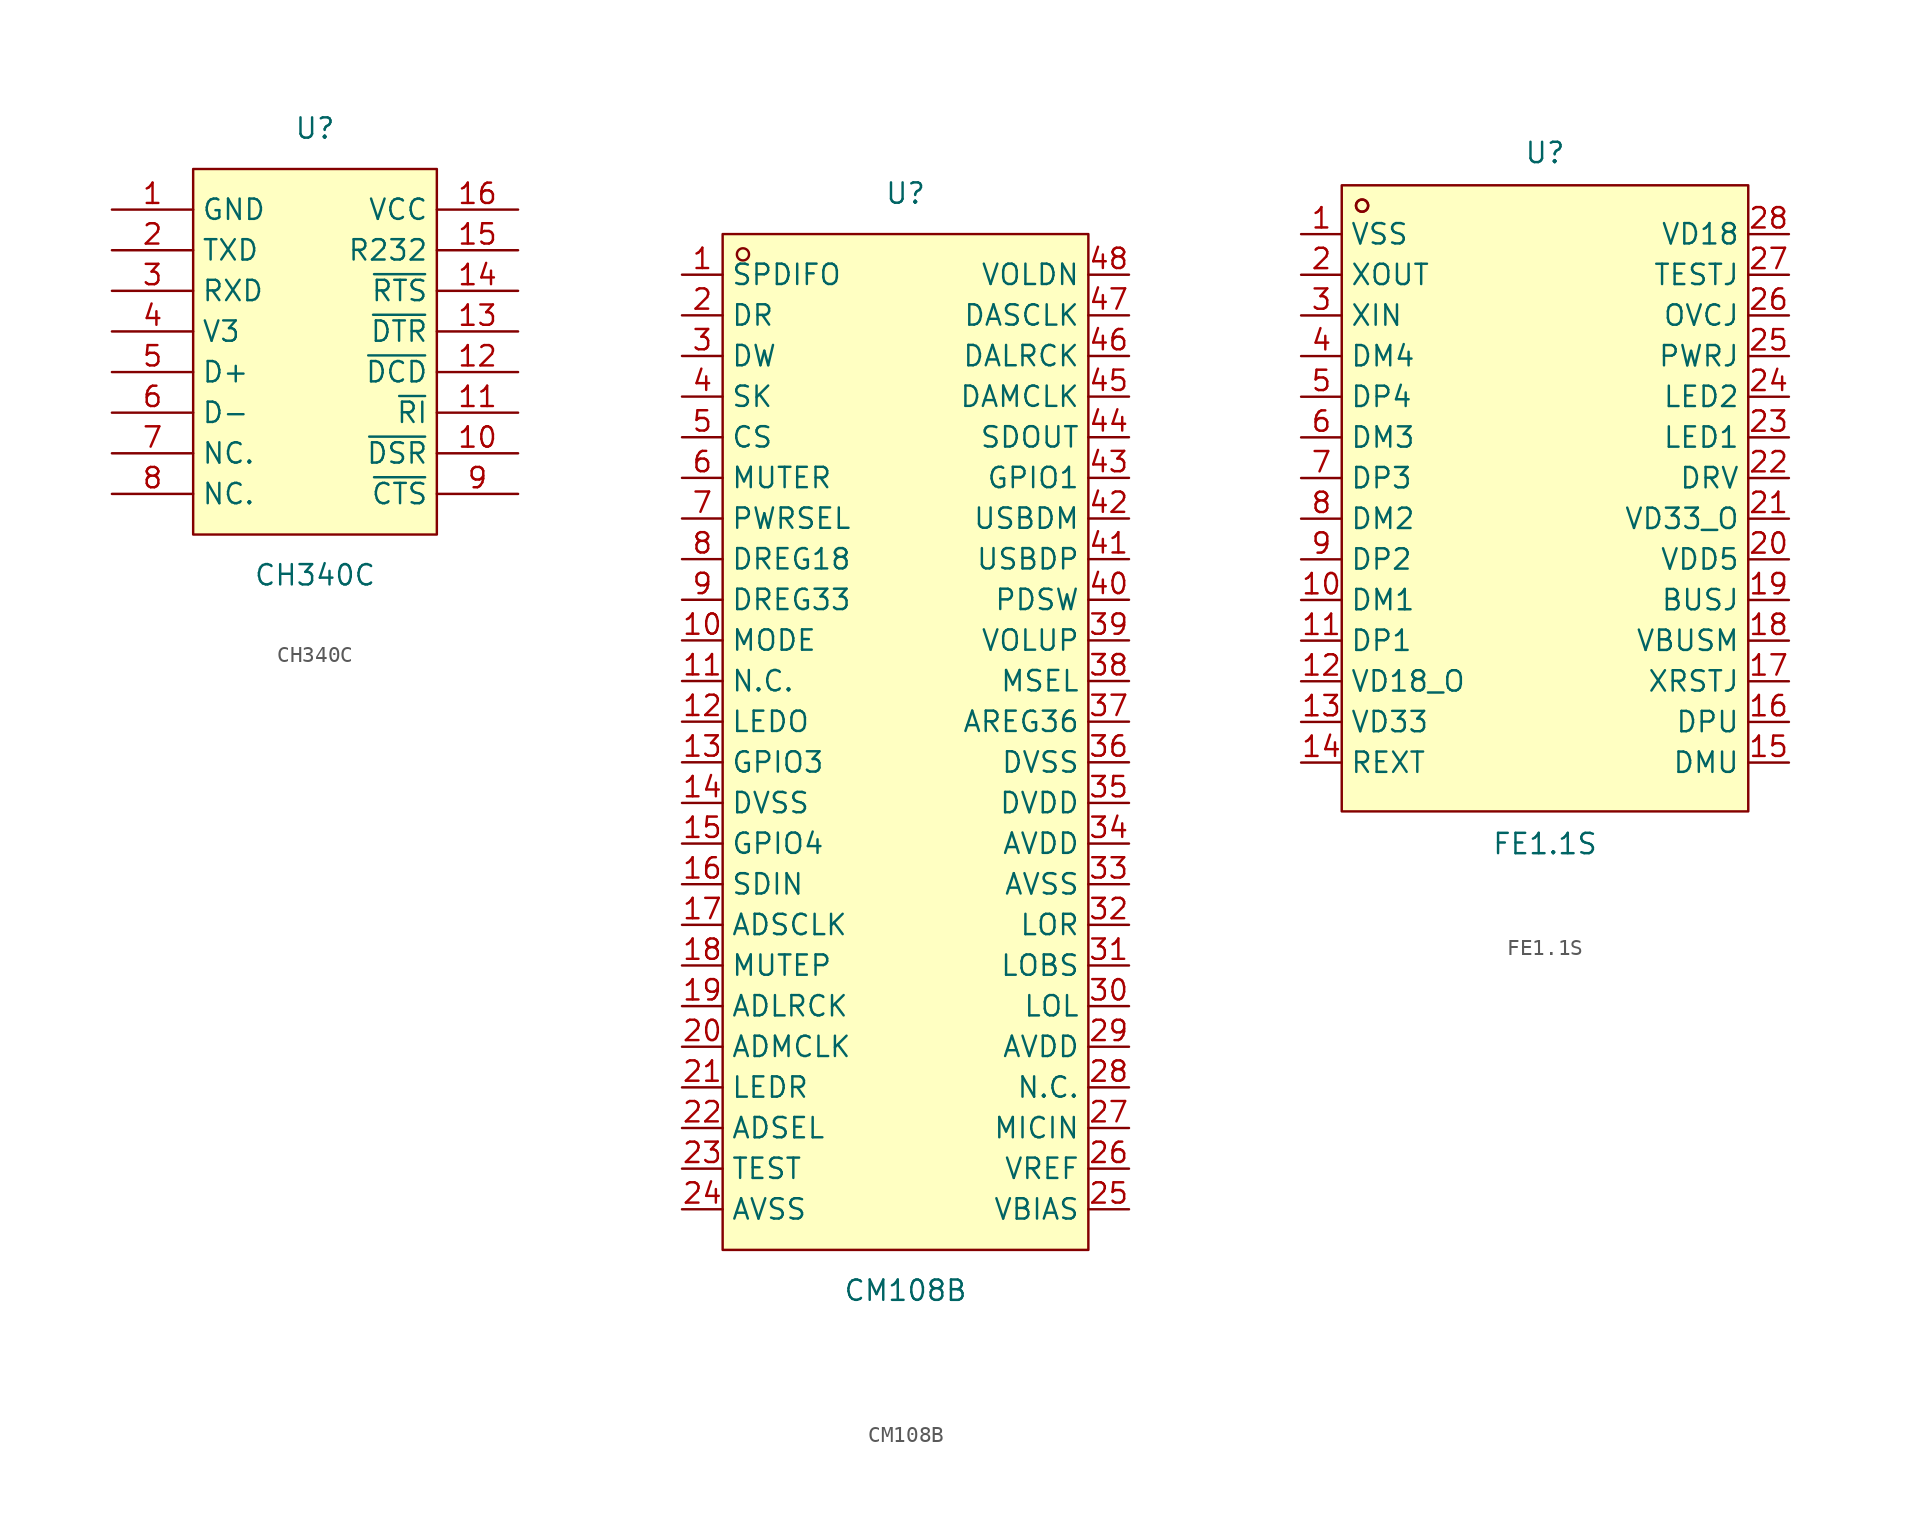
<source format=kicad_sym>
(kicad_symbol_lib
  (version 20211014)
  (generator https://github.com/uPesy/easyeda2kicad.py)
  (symbol "CH340C"
    (property "Reference" "U"
      (at 0 13.97 0)
      (effects (font (size 1.27 1.27))))
    (property "Value" "CH340C"
      (at 0 -13.97 0)
      (effects (font (size 1.27 1.27))))
    (symbol "CH340C_0_1"
      (rectangle (start -7.62 11.43) (end 7.62 -11.43) (stroke (width 0) (type default) (color 0 0 0 0)) (fill (type background)))
      (pin unspecified line (at 12.70 8.89 180) (length 5.08) (name "VCC" (effects (font (size 1.27 1.27)))) (number "16" (effects (font (size 1.27 1.27)))))
      (pin unspecified line (at 12.70 6.35 180) (length 5.08) (name "R232" (effects (font (size 1.27 1.27)))) (number "15" (effects (font (size 1.27 1.27)))))
      (pin unspecified line (at 12.70 3.81 180) (length 5.08) (name "~{RTS}" (effects (font (size 1.27 1.27)))) (number "14" (effects (font (size 1.27 1.27)))))
      (pin unspecified line (at 12.70 1.27 180) (length 5.08) (name "~{DTR}" (effects (font (size 1.27 1.27)))) (number "13" (effects (font (size 1.27 1.27)))))
      (pin unspecified line (at 12.70 -1.27 180) (length 5.08) (name "~{DCD}" (effects (font (size 1.27 1.27)))) (number "12" (effects (font (size 1.27 1.27)))))
      (pin unspecified line (at 12.70 -3.81 180) (length 5.08) (name "~{RI}" (effects (font (size 1.27 1.27)))) (number "11" (effects (font (size 1.27 1.27)))))
      (pin unspecified line (at 12.70 -6.35 180) (length 5.08) (name "~{DSR}" (effects (font (size 1.27 1.27)))) (number "10" (effects (font (size 1.27 1.27)))))
      (pin unspecified line (at 12.70 -8.89 180) (length 5.08) (name "~{CTS}" (effects (font (size 1.27 1.27)))) (number "9" (effects (font (size 1.27 1.27)))))
      (pin unspecified line (at -12.70 -8.89 0) (length 5.08) (name "NC." (effects (font (size 1.27 1.27)))) (number "8" (effects (font (size 1.27 1.27)))))
      (pin unspecified line (at -12.70 -6.35 0) (length 5.08) (name "NC." (effects (font (size 1.27 1.27)))) (number "7" (effects (font (size 1.27 1.27)))))
      (pin unspecified line (at -12.70 -3.81 0) (length 5.08) (name "D-" (effects (font (size 1.27 1.27)))) (number "6" (effects (font (size 1.27 1.27)))))
      (pin unspecified line (at -12.70 -1.27 0) (length 5.08) (name "D+" (effects (font (size 1.27 1.27)))) (number "5" (effects (font (size 1.27 1.27)))))
      (pin unspecified line (at -12.70 1.27 0) (length 5.08) (name "V3" (effects (font (size 1.27 1.27)))) (number "4" (effects (font (size 1.27 1.27)))))
      (pin unspecified line (at -12.70 3.81 0) (length 5.08) (name "RXD" (effects (font (size 1.27 1.27)))) (number "3" (effects (font (size 1.27 1.27)))))
      (pin unspecified line (at -12.70 6.35 0) (length 5.08) (name "TXD" (effects (font (size 1.27 1.27)))) (number "2" (effects (font (size 1.27 1.27)))))
      (pin unspecified line (at -12.70 8.89 0) (length 5.08) (name "GND" (effects (font (size 1.27 1.27)))) (number "1" (effects (font (size 1.27 1.27)))))))
  (symbol "CM108B"
    (property "Reference" "U"
      (at 0 34.29 0)
      (effects (font (size 1.27 1.27))))
    (property "Value" "CM108B"
      (at 0 -34.29 0)
      (effects (font (size 1.27 1.27))))
    (symbol "CM108B_0_1"
      (rectangle (start -11.43 31.75) (end 11.43 -31.75) (stroke (width 0) (type default) (color 0 0 0 0)) (fill (type background)))
      (circle (center -10.16 30.48) (radius 0.38) (stroke (width 0) (type default) (color 0 0 0 0)) (fill (type none)))
      (pin unspecified line (at -13.97 29.21 0) (length 2.54) (name "SPDIFO" (effects (font (size 1.27 1.27)))) (number "1" (effects (font (size 1.27 1.27)))))
      (pin unspecified line (at -13.97 26.67 0) (length 2.54) (name "DR" (effects (font (size 1.27 1.27)))) (number "2" (effects (font (size 1.27 1.27)))))
      (pin unspecified line (at -13.97 24.13 0) (length 2.54) (name "DW" (effects (font (size 1.27 1.27)))) (number "3" (effects (font (size 1.27 1.27)))))
      (pin unspecified line (at -13.97 21.59 0) (length 2.54) (name "SK" (effects (font (size 1.27 1.27)))) (number "4" (effects (font (size 1.27 1.27)))))
      (pin unspecified line (at -13.97 19.05 0) (length 2.54) (name "CS" (effects (font (size 1.27 1.27)))) (number "5" (effects (font (size 1.27 1.27)))))
      (pin unspecified line (at -13.97 16.51 0) (length 2.54) (name "MUTER" (effects (font (size 1.27 1.27)))) (number "6" (effects (font (size 1.27 1.27)))))
      (pin unspecified line (at -13.97 13.97 0) (length 2.54) (name "PWRSEL" (effects (font (size 1.27 1.27)))) (number "7" (effects (font (size 1.27 1.27)))))
      (pin unspecified line (at -13.97 11.43 0) (length 2.54) (name "DREG18" (effects (font (size 1.27 1.27)))) (number "8" (effects (font (size 1.27 1.27)))))
      (pin unspecified line (at -13.97 8.89 0) (length 2.54) (name "DREG33" (effects (font (size 1.27 1.27)))) (number "9" (effects (font (size 1.27 1.27)))))
      (pin unspecified line (at -13.97 6.35 0) (length 2.54) (name "MODE" (effects (font (size 1.27 1.27)))) (number "10" (effects (font (size 1.27 1.27)))))
      (pin unspecified line (at -13.97 3.81 0) (length 2.54) (name "N.C." (effects (font (size 1.27 1.27)))) (number "11" (effects (font (size 1.27 1.27)))))
      (pin unspecified line (at -13.97 1.27 0) (length 2.54) (name "LEDO" (effects (font (size 1.27 1.27)))) (number "12" (effects (font (size 1.27 1.27)))))
      (pin unspecified line (at -13.97 -1.27 0) (length 2.54) (name "GPIO3" (effects (font (size 1.27 1.27)))) (number "13" (effects (font (size 1.27 1.27)))))
      (pin unspecified line (at -13.97 -3.81 0) (length 2.54) (name "DVSS" (effects (font (size 1.27 1.27)))) (number "14" (effects (font (size 1.27 1.27)))))
      (pin unspecified line (at -13.97 -6.35 0) (length 2.54) (name "GPIO4" (effects (font (size 1.27 1.27)))) (number "15" (effects (font (size 1.27 1.27)))))
      (pin unspecified line (at -13.97 -8.89 0) (length 2.54) (name "SDIN" (effects (font (size 1.27 1.27)))) (number "16" (effects (font (size 1.27 1.27)))))
      (pin unspecified line (at -13.97 -11.43 0) (length 2.54) (name "ADSCLK" (effects (font (size 1.27 1.27)))) (number "17" (effects (font (size 1.27 1.27)))))
      (pin unspecified line (at -13.97 -13.97 0) (length 2.54) (name "MUTEP" (effects (font (size 1.27 1.27)))) (number "18" (effects (font (size 1.27 1.27)))))
      (pin unspecified line (at -13.97 -16.51 0) (length 2.54) (name "ADLRCK" (effects (font (size 1.27 1.27)))) (number "19" (effects (font (size 1.27 1.27)))))
      (pin unspecified line (at -13.97 -19.05 0) (length 2.54) (name "ADMCLK" (effects (font (size 1.27 1.27)))) (number "20" (effects (font (size 1.27 1.27)))))
      (pin unspecified line (at -13.97 -21.59 0) (length 2.54) (name "LEDR" (effects (font (size 1.27 1.27)))) (number "21" (effects (font (size 1.27 1.27)))))
      (pin unspecified line (at -13.97 -24.13 0) (length 2.54) (name "ADSEL" (effects (font (size 1.27 1.27)))) (number "22" (effects (font (size 1.27 1.27)))))
      (pin unspecified line (at -13.97 -26.67 0) (length 2.54) (name "TEST" (effects (font (size 1.27 1.27)))) (number "23" (effects (font (size 1.27 1.27)))))
      (pin unspecified line (at -13.97 -29.21 0) (length 2.54) (name "AVSS" (effects (font (size 1.27 1.27)))) (number "24" (effects (font (size 1.27 1.27)))))
      (pin unspecified line (at 13.97 -29.21 180) (length 2.54) (name "VBIAS" (effects (font (size 1.27 1.27)))) (number "25" (effects (font (size 1.27 1.27)))))
      (pin unspecified line (at 13.97 -26.67 180) (length 2.54) (name "VREF" (effects (font (size 1.27 1.27)))) (number "26" (effects (font (size 1.27 1.27)))))
      (pin unspecified line (at 13.97 -24.13 180) (length 2.54) (name "MICIN" (effects (font (size 1.27 1.27)))) (number "27" (effects (font (size 1.27 1.27)))))
      (pin unspecified line (at 13.97 -21.59 180) (length 2.54) (name "N.C." (effects (font (size 1.27 1.27)))) (number "28" (effects (font (size 1.27 1.27)))))
      (pin unspecified line (at 13.97 -19.05 180) (length 2.54) (name "AVDD" (effects (font (size 1.27 1.27)))) (number "29" (effects (font (size 1.27 1.27)))))
      (pin unspecified line (at 13.97 -16.51 180) (length 2.54) (name "LOL" (effects (font (size 1.27 1.27)))) (number "30" (effects (font (size 1.27 1.27)))))
      (pin unspecified line (at 13.97 -13.97 180) (length 2.54) (name "LOBS" (effects (font (size 1.27 1.27)))) (number "31" (effects (font (size 1.27 1.27)))))
      (pin unspecified line (at 13.97 -11.43 180) (length 2.54) (name "LOR" (effects (font (size 1.27 1.27)))) (number "32" (effects (font (size 1.27 1.27)))))
      (pin unspecified line (at 13.97 -8.89 180) (length 2.54) (name "AVSS" (effects (font (size 1.27 1.27)))) (number "33" (effects (font (size 1.27 1.27)))))
      (pin unspecified line (at 13.97 -6.35 180) (length 2.54) (name "AVDD" (effects (font (size 1.27 1.27)))) (number "34" (effects (font (size 1.27 1.27)))))
      (pin unspecified line (at 13.97 -3.81 180) (length 2.54) (name "DVDD" (effects (font (size 1.27 1.27)))) (number "35" (effects (font (size 1.27 1.27)))))
      (pin unspecified line (at 13.97 -1.27 180) (length 2.54) (name "DVSS" (effects (font (size 1.27 1.27)))) (number "36" (effects (font (size 1.27 1.27)))))
      (pin unspecified line (at 13.97 1.27 180) (length 2.54) (name "AREG36" (effects (font (size 1.27 1.27)))) (number "37" (effects (font (size 1.27 1.27)))))
      (pin unspecified line (at 13.97 3.81 180) (length 2.54) (name "MSEL" (effects (font (size 1.27 1.27)))) (number "38" (effects (font (size 1.27 1.27)))))
      (pin unspecified line (at 13.97 6.35 180) (length 2.54) (name "VOLUP" (effects (font (size 1.27 1.27)))) (number "39" (effects (font (size 1.27 1.27)))))
      (pin unspecified line (at 13.97 8.89 180) (length 2.54) (name "PDSW" (effects (font (size 1.27 1.27)))) (number "40" (effects (font (size 1.27 1.27)))))
      (pin unspecified line (at 13.97 11.43 180) (length 2.54) (name "USBDP" (effects (font (size 1.27 1.27)))) (number "41" (effects (font (size 1.27 1.27)))))
      (pin unspecified line (at 13.97 13.97 180) (length 2.54) (name "USBDM" (effects (font (size 1.27 1.27)))) (number "42" (effects (font (size 1.27 1.27)))))
      (pin unspecified line (at 13.97 16.51 180) (length 2.54) (name "GPIO1" (effects (font (size 1.27 1.27)))) (number "43" (effects (font (size 1.27 1.27)))))
      (pin unspecified line (at 13.97 19.05 180) (length 2.54) (name "SDOUT" (effects (font (size 1.27 1.27)))) (number "44" (effects (font (size 1.27 1.27)))))
      (pin unspecified line (at 13.97 21.59 180) (length 2.54) (name "DAMCLK" (effects (font (size 1.27 1.27)))) (number "45" (effects (font (size 1.27 1.27)))))
      (pin unspecified line (at 13.97 24.13 180) (length 2.54) (name "DALRCK" (effects (font (size 1.27 1.27)))) (number "46" (effects (font (size 1.27 1.27)))))
      (pin unspecified line (at 13.97 26.67 180) (length 2.54) (name "DASCLK" (effects (font (size 1.27 1.27)))) (number "47" (effects (font (size 1.27 1.27)))))
      (pin unspecified line (at 13.97 29.21 180) (length 2.54) (name "VOLDN" (effects (font (size 1.27 1.27)))) (number "48" (effects (font (size 1.27 1.27)))))))
  (symbol "FE1.1S"
    (property "Reference" "U"
      (at 0 21.59 0)
      (effects (font (size 1.27 1.27))))
    (property "Value" "FE1.1S"
      (at 0 -21.59 0)
      (effects (font (size 1.27 1.27))))
    (symbol "FE1.1S_0_1"
      (rectangle (start -12.70 19.56) (end 12.70 -19.56) (stroke (width 0) (type default) (color 0 0 0 0)) (fill (type background)))
      (circle (center -11.43 18.29) (radius 0.38) (stroke (width 0) (type default) (color 0 0 0 0)) (fill (type none)))
      (circle (center -11.43 18.29) (radius 0.38) (stroke (width 0) (type default) (color 0 0 0 0)) (fill (type none)))
      (pin unspecified line (at -15.24 16.51 0) (length 2.54) (name "VSS" (effects (font (size 1.27 1.27)))) (number "1" (effects (font (size 1.27 1.27)))))
      (pin unspecified line (at -15.24 13.97 0) (length 2.54) (name "XOUT" (effects (font (size 1.27 1.27)))) (number "2" (effects (font (size 1.27 1.27)))))
      (pin unspecified line (at -15.24 11.43 0) (length 2.54) (name "XIN" (effects (font (size 1.27 1.27)))) (number "3" (effects (font (size 1.27 1.27)))))
      (pin unspecified line (at -15.24 8.89 0) (length 2.54) (name "DM4" (effects (font (size 1.27 1.27)))) (number "4" (effects (font (size 1.27 1.27)))))
      (pin unspecified line (at -15.24 6.35 0) (length 2.54) (name "DP4" (effects (font (size 1.27 1.27)))) (number "5" (effects (font (size 1.27 1.27)))))
      (pin unspecified line (at -15.24 3.81 0) (length 2.54) (name "DM3" (effects (font (size 1.27 1.27)))) (number "6" (effects (font (size 1.27 1.27)))))
      (pin unspecified line (at -15.24 1.27 0) (length 2.54) (name "DP3" (effects (font (size 1.27 1.27)))) (number "7" (effects (font (size 1.27 1.27)))))
      (pin unspecified line (at -15.24 -1.27 0) (length 2.54) (name "DM2" (effects (font (size 1.27 1.27)))) (number "8" (effects (font (size 1.27 1.27)))))
      (pin unspecified line (at -15.24 -3.81 0) (length 2.54) (name "DP2" (effects (font (size 1.27 1.27)))) (number "9" (effects (font (size 1.27 1.27)))))
      (pin unspecified line (at -15.24 -6.35 0) (length 2.54) (name "DM1" (effects (font (size 1.27 1.27)))) (number "10" (effects (font (size 1.27 1.27)))))
      (pin unspecified line (at -15.24 -8.89 0) (length 2.54) (name "DP1" (effects (font (size 1.27 1.27)))) (number "11" (effects (font (size 1.27 1.27)))))
      (pin unspecified line (at -15.24 -11.43 0) (length 2.54) (name "VD18_O" (effects (font (size 1.27 1.27)))) (number "12" (effects (font (size 1.27 1.27)))))
      (pin unspecified line (at -15.24 -13.97 0) (length 2.54) (name "VD33" (effects (font (size 1.27 1.27)))) (number "13" (effects (font (size 1.27 1.27)))))
      (pin unspecified line (at -15.24 -16.51 0) (length 2.54) (name "REXT" (effects (font (size 1.27 1.27)))) (number "14" (effects (font (size 1.27 1.27)))))
      (pin unspecified line (at 15.24 -16.51 180) (length 2.54) (name "DMU" (effects (font (size 1.27 1.27)))) (number "15" (effects (font (size 1.27 1.27)))))
      (pin unspecified line (at 15.24 -13.97 180) (length 2.54) (name "DPU" (effects (font (size 1.27 1.27)))) (number "16" (effects (font (size 1.27 1.27)))))
      (pin unspecified line (at 15.24 -11.43 180) (length 2.54) (name "XRSTJ" (effects (font (size 1.27 1.27)))) (number "17" (effects (font (size 1.27 1.27)))))
      (pin unspecified line (at 15.24 -8.89 180) (length 2.54) (name "VBUSM" (effects (font (size 1.27 1.27)))) (number "18" (effects (font (size 1.27 1.27)))))
      (pin unspecified line (at 15.24 -6.35 180) (length 2.54) (name "BUSJ" (effects (font (size 1.27 1.27)))) (number "19" (effects (font (size 1.27 1.27)))))
      (pin unspecified line (at 15.24 -3.81 180) (length 2.54) (name "VDD5" (effects (font (size 1.27 1.27)))) (number "20" (effects (font (size 1.27 1.27)))))
      (pin unspecified line (at 15.24 -1.27 180) (length 2.54) (name "VD33_O" (effects (font (size 1.27 1.27)))) (number "21" (effects (font (size 1.27 1.27)))))
      (pin unspecified line (at 15.24 1.27 180) (length 2.54) (name "DRV" (effects (font (size 1.27 1.27)))) (number "22" (effects (font (size 1.27 1.27)))))
      (pin unspecified line (at 15.24 3.81 180) (length 2.54) (name "LED1" (effects (font (size 1.27 1.27)))) (number "23" (effects (font (size 1.27 1.27)))))
      (pin unspecified line (at 15.24 6.35 180) (length 2.54) (name "LED2" (effects (font (size 1.27 1.27)))) (number "24" (effects (font (size 1.27 1.27)))))
      (pin unspecified line (at 15.24 8.89 180) (length 2.54) (name "PWRJ" (effects (font (size 1.27 1.27)))) (number "25" (effects (font (size 1.27 1.27)))))
      (pin unspecified line (at 15.24 11.43 180) (length 2.54) (name "OVCJ" (effects (font (size 1.27 1.27)))) (number "26" (effects (font (size 1.27 1.27)))))
      (pin unspecified line (at 15.24 13.97 180) (length 2.54) (name "TESTJ" (effects (font (size 1.27 1.27)))) (number "27" (effects (font (size 1.27 1.27)))))
      (pin unspecified line (at 15.24 16.51 180) (length 2.54) (name "VD18" (effects (font (size 1.27 1.27)))) (number "28" (effects (font (size 1.27 1.27))))))))
</source>
